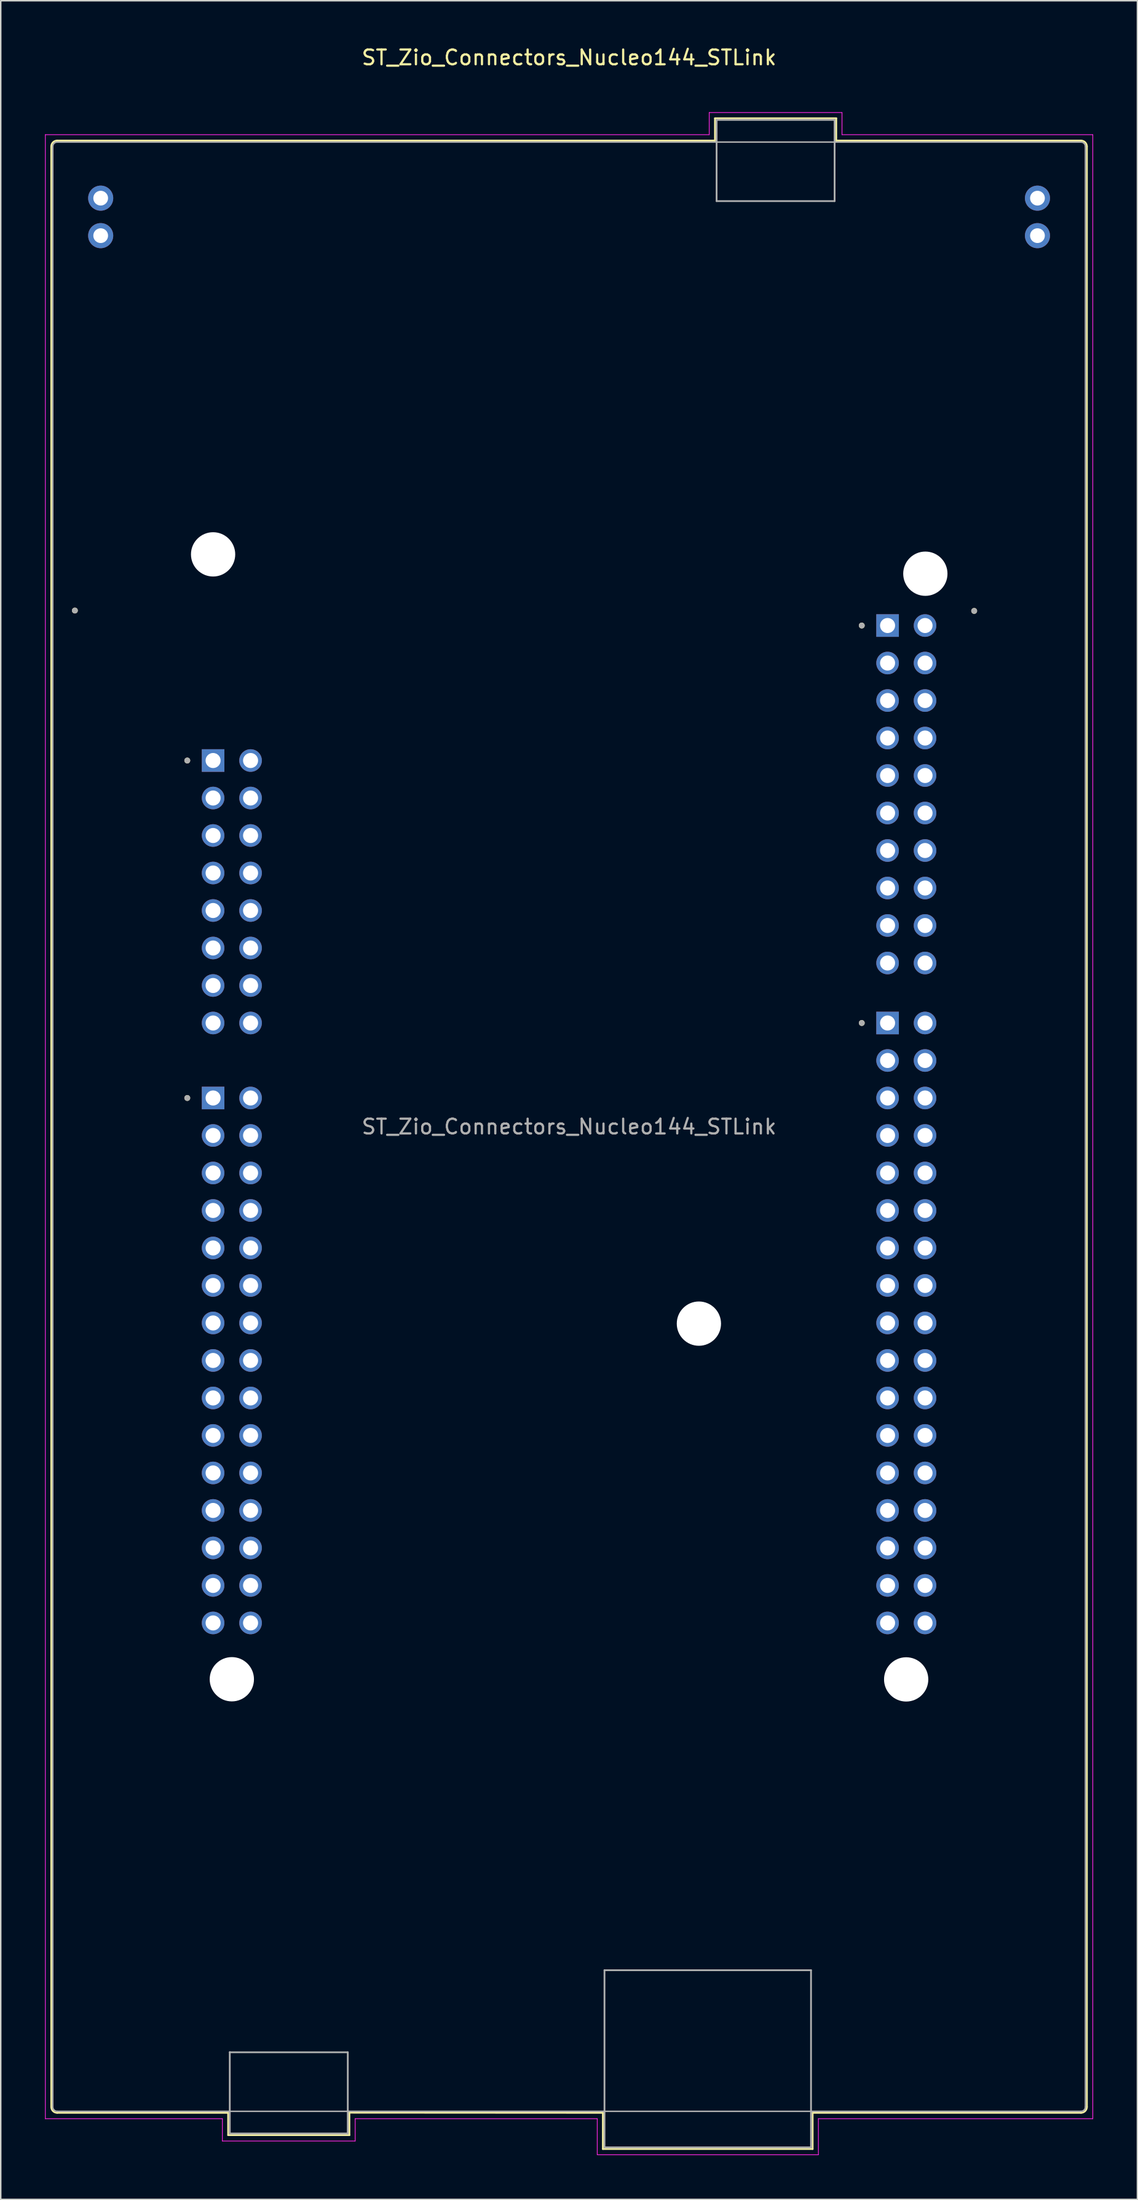
<source format=kicad_pcb>
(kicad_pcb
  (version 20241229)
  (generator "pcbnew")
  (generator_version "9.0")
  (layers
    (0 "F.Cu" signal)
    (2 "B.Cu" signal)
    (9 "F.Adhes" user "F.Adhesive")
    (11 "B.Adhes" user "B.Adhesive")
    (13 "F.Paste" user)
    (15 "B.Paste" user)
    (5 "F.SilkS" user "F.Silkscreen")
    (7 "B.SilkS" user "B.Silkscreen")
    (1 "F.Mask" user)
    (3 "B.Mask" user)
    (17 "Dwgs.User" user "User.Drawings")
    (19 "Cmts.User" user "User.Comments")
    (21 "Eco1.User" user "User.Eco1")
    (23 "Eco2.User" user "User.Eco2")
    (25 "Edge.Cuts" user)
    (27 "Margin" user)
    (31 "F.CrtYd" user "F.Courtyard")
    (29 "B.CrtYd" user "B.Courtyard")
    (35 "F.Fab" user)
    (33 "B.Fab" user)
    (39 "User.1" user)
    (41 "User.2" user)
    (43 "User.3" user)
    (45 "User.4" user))
  (footprint "ST_Zio_Connectors_Nucleo144_STLink"
    (layer "F.Cu")
    (at 3.775 38.313)
    (property "Reference" "ST_Zio_Connectors_Nucleo144_STLink" (at 31.75 -37.465 0) (layer "F.SilkS") (effects (font (size 1 1) (thickness 0.15))))
    (attr through_hole)
    (fp_line (start -3.35 -31.44) (end -3.35 101.36) (stroke (width 0.12) (type solid)) (layer "F.SilkS"))
    (fp_line (start 8.64 101.76) (end -2.95 101.76) (stroke (width 0.12) (type solid)) (layer "F.SilkS"))
    (fp_line (start 8.64 101.76) (end 8.64 103.27) (stroke (width 0.12) (type solid)) (layer "F.SilkS"))
    (fp_line (start 8.64 103.27) (end 16.86 103.27) (stroke (width 0.12) (type solid)) (layer "F.SilkS"))
    (fp_line (start 16.86 103.27) (end 16.86 101.75) (stroke (width 0.12) (type solid)) (layer "F.SilkS"))
    (fp_line (start 34.04 101.76) (end 16.86 101.75) (stroke (width 0.12) (type solid)) (layer "F.SilkS"))
    (fp_line (start 34.04 104.21) (end 34.04 101.76) (stroke (width 0.12) (type solid)) (layer "F.SilkS"))
    (fp_line (start 41.64 -33.35) (end 49.86 -33.35) (stroke (width 0.12) (type solid)) (layer "F.SilkS"))
    (fp_line (start 41.64 -31.84) (end -2.95 -31.84) (stroke (width 0.12) (type solid)) (layer "F.SilkS"))
    (fp_line (start 41.64 -31.84) (end 41.64 -33.35) (stroke (width 0.12) (type solid)) (layer "F.SilkS"))
    (fp_line (start 48.26 101.76) (end 48.26 104.21) (stroke (width 0.12) (type solid)) (layer "F.SilkS"))
    (fp_line (start 48.26 101.76) (end 66.45 101.76) (stroke (width 0.12) (type solid)) (layer "F.SilkS"))
    (fp_line (start 48.26 104.21) (end 34.04 104.21) (stroke (width 0.12) (type solid)) (layer "F.SilkS"))
    (fp_line (start 49.86 -33.35) (end 49.86 -31.84) (stroke (width 0.12) (type solid)) (layer "F.SilkS"))
    (fp_line (start 49.86 -31.84) (end 66.45 -31.84) (stroke (width 0.12) (type solid)) (layer "F.SilkS"))
    (fp_line (start 66.85 101.36) (end 66.85 -31.44) (stroke (width 0.12) (type solid)) (layer "F.SilkS"))
    (fp_arc (start -3.35 -31.44) (mid -3.232843 -31.722843) (end -2.95 -31.84) (stroke (width 0.12) (type solid)) (layer "F.SilkS"))
    (fp_arc (start -2.95 101.76) (mid -3.232843 101.642843) (end -3.35 101.36) (stroke (width 0.12) (type solid)) (layer "F.SilkS"))
    (fp_arc (start 66.45 -31.84) (mid 66.732843 -31.722843) (end 66.85 -31.44) (stroke (width 0.12) (type solid)) (layer "F.SilkS"))
    (fp_arc (start 66.85 101.36) (mid 66.732843 101.642843) (end 66.45 101.76) (stroke (width 0.12) (type solid)) (layer "F.SilkS"))
    (fp_circle (center -1.75 -0.005) (end -1.65 -0.005) (stroke (width 0.2) (type solid)) (fill no) (layer "F.SilkS"))
    (fp_circle (center 5.87 10.155) (end 5.97 10.155) (stroke (width 0.2) (type solid)) (fill no) (layer "F.SilkS"))
    (fp_circle (center 5.87 33.015) (end 5.97 33.015) (stroke (width 0.2) (type solid)) (fill no) (layer "F.SilkS"))
    (fp_circle (center 51.59 1.011) (end 51.69 1.011) (stroke (width 0.2) (type solid)) (fill no) (layer "F.SilkS"))
    (fp_circle (center 51.59 27.935) (end 51.69 27.935) (stroke (width 0.2) (type solid)) (fill no) (layer "F.SilkS"))
    (fp_circle (center 59.21 0.02) (end 59.31 0.02) (stroke (width 0.2) (type solid)) (fill no) (layer "F.SilkS"))
    (fp_line (start -3.75 -32.24) (end -3.75 102.16) (stroke (width 0.05) (type solid)) (layer "F.CrtYd"))
    (fp_line (start -3.75 102.16) (end 8.25 102.16) (stroke (width 0.05) (type solid)) (layer "F.CrtYd"))
    (fp_line (start 8.25 102.16) (end 8.25 103.67) (stroke (width 0.05) (type solid)) (layer "F.CrtYd"))
    (fp_line (start 8.25 103.67) (end 17.25 103.67) (stroke (width 0.05) (type solid)) (layer "F.CrtYd"))
    (fp_line (start 17.25 102.16) (end 17.25 103.67) (stroke (width 0.05) (type solid)) (layer "F.CrtYd"))
    (fp_line (start 17.25 102.16) (end 33.66 102.16) (stroke (width 0.05) (type solid)) (layer "F.CrtYd"))
    (fp_line (start 33.66 104.6) (end 33.66 102.16) (stroke (width 0.05) (type solid)) (layer "F.CrtYd"))
    (fp_line (start 33.66 104.6) (end 48.65 104.6) (stroke (width 0.05) (type solid)) (layer "F.CrtYd"))
    (fp_line (start 41.25 -33.74) (end 50.25 -33.74) (stroke (width 0.05) (type solid)) (layer "F.CrtYd"))
    (fp_line (start 41.25 -32.24) (end -3.75 -32.24) (stroke (width 0.05) (type solid)) (layer "F.CrtYd"))
    (fp_line (start 41.25 -32.24) (end 41.25 -33.74) (stroke (width 0.05) (type solid)) (layer "F.CrtYd"))
    (fp_line (start 48.65 102.16) (end 48.65 104.6) (stroke (width 0.05) (type solid)) (layer "F.CrtYd"))
    (fp_line (start 50.25 -32.24) (end 50.25 -33.74) (stroke (width 0.05) (type solid)) (layer "F.CrtYd"))
    (fp_line (start 50.25 -32.24) (end 67.25 -32.24) (stroke (width 0.05) (type solid)) (layer "F.CrtYd"))
    (fp_line (start 67.25 102.16) (end 48.65 102.16) (stroke (width 0.05) (type solid)) (layer "F.CrtYd"))
    (fp_line (start 67.25 102.16) (end 67.25 -32.24) (stroke (width 0.05) (type solid)) (layer "F.CrtYd"))
    (fp_line (start -3.25 101.36) (end -3.25 -31.44) (stroke (width 0.1) (type solid)) (layer "F.Fab"))
    (fp_line (start 8.75 97.66) (end 16.75 97.66) (stroke (width 0.12) (type solid)) (layer "F.Fab"))
    (fp_line (start 8.75 103.16) (end 8.75 97.65) (stroke (width 0.12) (type solid)) (layer "F.Fab"))
    (fp_line (start 8.75 103.16) (end 16.75 103.16) (stroke (width 0.12) (type solid)) (layer "F.Fab"))
    (fp_line (start 16.75 97.66) (end 16.75 103.16) (stroke (width 0.12) (type solid)) (layer "F.Fab"))
    (fp_line (start 34.15 92.1) (end 48.15 92.1) (stroke (width 0.12) (type solid)) (layer "F.Fab"))
    (fp_line (start 34.15 104.1) (end 34.15 92.1) (stroke (width 0.12) (type solid)) (layer "F.Fab"))
    (fp_line (start 34.15 104.1) (end 48.15 104.1) (stroke (width 0.12) (type solid)) (layer "F.Fab"))
    (fp_line (start 41.75 -33.24) (end 49.75 -33.24) (stroke (width 0.12) (type solid)) (layer "F.Fab"))
    (fp_line (start 41.75 -27.74) (end 41.75 -33.24) (stroke (width 0.12) (type solid)) (layer "F.Fab"))
    (fp_line (start 41.75 -27.74) (end 49.75 -27.74) (stroke (width 0.12) (type solid)) (layer "F.Fab"))
    (fp_line (start 48.15 104.1) (end 48.15 92.1) (stroke (width 0.12) (type solid)) (layer "F.Fab"))
    (fp_line (start 49.75 -33.24) (end 49.75 -27.74) (stroke (width 0.12) (type solid)) (layer "F.Fab"))
    (fp_line (start 66.45 -31.74) (end -2.95 -31.74) (stroke (width 0.1) (type solid)) (layer "F.Fab"))
    (fp_line (start 66.45 101.66) (end -2.95 101.66) (stroke (width 0.1) (type solid)) (layer "F.Fab"))
    (fp_line (start 66.75 101.36) (end 66.75 -31.44) (stroke (width 0.1) (type solid)) (layer "F.Fab"))
    (fp_arc (start -3.25 -31.44) (mid -3.162132 -31.652132) (end -2.95 -31.74) (stroke (width 0.1) (type solid)) (layer "F.Fab"))
    (fp_arc (start -2.95 101.66) (mid -3.162132 101.572132) (end -3.25 101.36) (stroke (width 0.1) (type solid)) (layer "F.Fab"))
    (fp_arc (start 66.45 -31.74) (mid 66.662132 -31.652132) (end 66.75 -31.44) (stroke (width 0.1) (type solid)) (layer "F.Fab"))
    (fp_arc (start 66.75 101.36) (mid 66.662132 101.572132) (end 66.45 101.66) (stroke (width 0.1) (type solid)) (layer "F.Fab"))
    (fp_circle (center -1.75 -0.005) (end -1.65 -0.005) (stroke (width 0.2) (type solid)) (fill no) (layer "F.Fab"))
    (fp_circle (center 5.87 10.155) (end 5.97 10.155) (stroke (width 0.2) (type solid)) (fill no) (layer "F.Fab"))
    (fp_circle (center 5.87 33.015) (end 5.97 33.015) (stroke (width 0.2) (type solid)) (fill no) (layer "F.Fab"))
    (fp_circle (center 51.59 1.011) (end 51.69 1.011) (stroke (width 0.2) (type solid)) (fill no) (layer "F.Fab"))
    (fp_circle (center 51.59 27.935) (end 51.69 27.935) (stroke (width 0.2) (type solid)) (fill no) (layer "F.Fab"))
    (fp_circle (center 59.21 0.02) (end 59.31 0.02) (stroke (width 0.2) (type solid)) (fill no) (layer "F.Fab"))
    (fp_text user "${REFERENCE}" (at 31.75 34.96 0) (layer "F.Fab") (effects (font (size 1 1) (thickness 0.15))))
    (pad "" np_thru_hole circle (at 7.62 -3.81) (size 3 3) (drill 3) (layers "*.Cu" "*.Mask"))
    (pad "" np_thru_hole circle (at 8.89 72.39) (size 3 3) (drill 3) (layers "*.Cu" "*.Mask"))
    (pad "" np_thru_hole circle (at 40.55 48.3) (size 3 3) (drill 3) (layers "*.Cu" "*.Mask"))
    (pad "" np_thru_hole circle (at 54.6 72.4) (size 3 3) (drill 3) (layers "*.Cu" "*.Mask"))
    (pad "" np_thru_hole circle (at 55.9 -2.5) (size 3 3) (drill 3) (layers "*.Cu" "*.Mask"))
    (pad "CN2_1" thru_hole circle (at 0 -27.94) (size 1.7 1.7) (drill 1) (layers "*.Cu" "*.Mask"))
    (pad "CN2_2" thru_hole circle (at 0 -25.4) (size 1.7 1.7) (drill 1) (layers "*.Cu" "*.Mask"))
    (pad "CN3_1" thru_hole circle (at 63.5 -27.94) (size 1.7 1.7) (drill 1) (layers "*.Cu" "*.Mask"))
    (pad "CN3_2" thru_hole circle (at 63.5 -25.4) (size 1.7 1.7) (drill 1) (layers "*.Cu" "*.Mask"))
    (pad "CN7_1" thru_hole rect (at 53.34 1.011) (size 1.53 1.53) (drill 1.02) (layers "*.Cu" "*.Mask"))
    (pad "CN7_2" thru_hole circle (at 55.88 1.011) (size 1.53 1.53) (drill 1.02) (layers "*.Cu" "*.Mask"))
    (pad "CN7_3" thru_hole circle (at 53.34 3.551) (size 1.53 1.53) (drill 1.02) (layers "*.Cu" "*.Mask"))
    (pad "CN7_4" thru_hole circle (at 55.88 3.551) (size 1.53 1.53) (drill 1.02) (layers "*.Cu" "*.Mask"))
    (pad "CN7_5" thru_hole circle (at 53.34 6.091) (size 1.53 1.53) (drill 1.02) (layers "*.Cu" "*.Mask"))
    (pad "CN7_6" thru_hole circle (at 55.88 6.091) (size 1.53 1.53) (drill 1.02) (layers "*.Cu" "*.Mask"))
    (pad "CN7_7" thru_hole circle (at 53.34 8.631) (size 1.53 1.53) (drill 1.02) (layers "*.Cu" "*.Mask"))
    (pad "CN7_8" thru_hole circle (at 55.88 8.631) (size 1.53 1.53) (drill 1.02) (layers "*.Cu" "*.Mask"))
    (pad "CN7_9" thru_hole circle (at 53.34 11.171) (size 1.53 1.53) (drill 1.02) (layers "*.Cu" "*.Mask"))
    (pad "CN7_10" thru_hole circle (at 55.88 11.171) (size 1.53 1.53) (drill 1.02) (layers "*.Cu" "*.Mask"))
    (pad "CN7_11" thru_hole circle (at 53.34 13.711) (size 1.53 1.53) (drill 1.02) (layers "*.Cu" "*.Mask"))
    (pad "CN7_12" thru_hole circle (at 55.88 13.711) (size 1.53 1.53) (drill 1.02) (layers "*.Cu" "*.Mask"))
    (pad "CN7_13" thru_hole circle (at 53.34 16.251) (size 1.53 1.53) (drill 1.02) (layers "*.Cu" "*.Mask"))
    (pad "CN7_14" thru_hole circle (at 55.88 16.251) (size 1.53 1.53) (drill 1.02) (layers "*.Cu" "*.Mask"))
    (pad "CN7_15" thru_hole circle (at 53.34 18.791) (size 1.53 1.53) (drill 1.02) (layers "*.Cu" "*.Mask"))
    (pad "CN7_16" thru_hole circle (at 55.88 18.791) (size 1.53 1.53) (drill 1.02) (layers "*.Cu" "*.Mask"))
    (pad "CN7_17" thru_hole circle (at 53.34 21.331) (size 1.53 1.53) (drill 1.02) (layers "*.Cu" "*.Mask"))
    (pad "CN7_18" thru_hole circle (at 55.88 21.331) (size 1.53 1.53) (drill 1.02) (layers "*.Cu" "*.Mask"))
    (pad "CN7_19" thru_hole circle (at 53.34 23.871) (size 1.53 1.53) (drill 1.02) (layers "*.Cu" "*.Mask"))
    (pad "CN7_20" thru_hole circle (at 55.88 23.871) (size 1.53 1.53) (drill 1.02) (layers "*.Cu" "*.Mask"))
    (pad "CN8_1" thru_hole rect (at 7.62 10.155) (size 1.53 1.53) (drill 1.02) (layers "*.Cu" "*.Mask"))
    (pad "CN8_2" thru_hole circle (at 10.16 10.155) (size 1.53 1.53) (drill 1.02) (layers "*.Cu" "*.Mask"))
    (pad "CN8_3" thru_hole circle (at 7.62 12.695) (size 1.53 1.53) (drill 1.02) (layers "*.Cu" "*.Mask"))
    (pad "CN8_4" thru_hole circle (at 10.16 12.695) (size 1.53 1.53) (drill 1.02) (layers "*.Cu" "*.Mask"))
    (pad "CN8_5" thru_hole circle (at 7.62 15.235) (size 1.53 1.53) (drill 1.02) (layers "*.Cu" "*.Mask"))
    (pad "CN8_6" thru_hole circle (at 10.16 15.235) (size 1.53 1.53) (drill 1.02) (layers "*.Cu" "*.Mask"))
    (pad "CN8_7" thru_hole circle (at 7.62 17.775) (size 1.53 1.53) (drill 1.02) (layers "*.Cu" "*.Mask"))
    (pad "CN8_8" thru_hole circle (at 10.16 17.775) (size 1.53 1.53) (drill 1.02) (layers "*.Cu" "*.Mask"))
    (pad "CN8_9" thru_hole circle (at 7.62 20.315) (size 1.53 1.53) (drill 1.02) (layers "*.Cu" "*.Mask"))
    (pad "CN8_10" thru_hole circle (at 10.16 20.315) (size 1.53 1.53) (drill 1.02) (layers "*.Cu" "*.Mask"))
    (pad "CN8_11" thru_hole circle (at 7.62 22.855) (size 1.53 1.53) (drill 1.02) (layers "*.Cu" "*.Mask"))
    (pad "CN8_12" thru_hole circle (at 10.16 22.855) (size 1.53 1.53) (drill 1.02) (layers "*.Cu" "*.Mask"))
    (pad "CN8_13" thru_hole circle (at 7.62 25.395) (size 1.53 1.53) (drill 1.02) (layers "*.Cu" "*.Mask"))
    (pad "CN8_14" thru_hole circle (at 10.16 25.395) (size 1.53 1.53) (drill 1.02) (layers "*.Cu" "*.Mask"))
    (pad "CN8_15" thru_hole circle (at 7.62 27.935) (size 1.53 1.53) (drill 1.02) (layers "*.Cu" "*.Mask"))
    (pad "CN8_16" thru_hole circle (at 10.16 27.935) (size 1.53 1.53) (drill 1.02) (layers "*.Cu" "*.Mask"))
    (pad "CN9_1" thru_hole rect (at 7.62 33.015) (size 1.53 1.53) (drill 1.02) (layers "*.Cu" "*.Mask"))
    (pad "CN9_2" thru_hole circle (at 10.16 33.015) (size 1.53 1.53) (drill 1.02) (layers "*.Cu" "*.Mask"))
    (pad "CN9_3" thru_hole circle (at 7.62 35.555) (size 1.53 1.53) (drill 1.02) (layers "*.Cu" "*.Mask"))
    (pad "CN9_4" thru_hole circle (at 10.16 35.555) (size 1.53 1.53) (drill 1.02) (layers "*.Cu" "*.Mask"))
    (pad "CN9_5" thru_hole circle (at 7.62 38.095) (size 1.53 1.53) (drill 1.02) (layers "*.Cu" "*.Mask"))
    (pad "CN9_6" thru_hole circle (at 10.16 38.095) (size 1.53 1.53) (drill 1.02) (layers "*.Cu" "*.Mask"))
    (pad "CN9_7" thru_hole circle (at 7.62 40.635) (size 1.53 1.53) (drill 1.02) (layers "*.Cu" "*.Mask"))
    (pad "CN9_8" thru_hole circle (at 10.16 40.635) (size 1.53 1.53) (drill 1.02) (layers "*.Cu" "*.Mask"))
    (pad "CN9_9" thru_hole circle (at 7.62 43.175) (size 1.53 1.53) (drill 1.02) (layers "*.Cu" "*.Mask"))
    (pad "CN9_10" thru_hole circle (at 10.16 43.175) (size 1.53 1.53) (drill 1.02) (layers "*.Cu" "*.Mask"))
    (pad "CN9_11" thru_hole circle (at 7.62 45.715) (size 1.53 1.53) (drill 1.02) (layers "*.Cu" "*.Mask"))
    (pad "CN9_12" thru_hole circle (at 10.16 45.715) (size 1.53 1.53) (drill 1.02) (layers "*.Cu" "*.Mask"))
    (pad "CN9_13" thru_hole circle (at 7.62 48.255) (size 1.53 1.53) (drill 1.02) (layers "*.Cu" "*.Mask"))
    (pad "CN9_14" thru_hole circle (at 10.16 48.255) (size 1.53 1.53) (drill 1.02) (layers "*.Cu" "*.Mask"))
    (pad "CN9_15" thru_hole circle (at 7.62 50.795) (size 1.53 1.53) (drill 1.02) (layers "*.Cu" "*.Mask"))
    (pad "CN9_16" thru_hole circle (at 10.16 50.795) (size 1.53 1.53) (drill 1.02) (layers "*.Cu" "*.Mask"))
    (pad "CN9_17" thru_hole circle (at 7.62 53.335) (size 1.53 1.53) (drill 1.02) (layers "*.Cu" "*.Mask"))
    (pad "CN9_18" thru_hole circle (at 10.16 53.335) (size 1.53 1.53) (drill 1.02) (layers "*.Cu" "*.Mask"))
    (pad "CN9_19" thru_hole circle (at 7.62 55.875) (size 1.53 1.53) (drill 1.02) (layers "*.Cu" "*.Mask"))
    (pad "CN9_20" thru_hole circle (at 10.16 55.875) (size 1.53 1.53) (drill 1.02) (layers "*.Cu" "*.Mask"))
    (pad "CN9_21" thru_hole circle (at 7.62 58.415) (size 1.53 1.53) (drill 1.02) (layers "*.Cu" "*.Mask"))
    (pad "CN9_22" thru_hole circle (at 10.16 58.415) (size 1.53 1.53) (drill 1.02) (layers "*.Cu" "*.Mask"))
    (pad "CN9_23" thru_hole circle (at 7.62 60.955) (size 1.53 1.53) (drill 1.02) (layers "*.Cu" "*.Mask"))
    (pad "CN9_24" thru_hole circle (at 10.16 60.955) (size 1.53 1.53) (drill 1.02) (layers "*.Cu" "*.Mask"))
    (pad "CN9_25" thru_hole circle (at 7.62 63.495) (size 1.53 1.53) (drill 1.02) (layers "*.Cu" "*.Mask"))
    (pad "CN9_26" thru_hole circle (at 10.16 63.495) (size 1.53 1.53) (drill 1.02) (layers "*.Cu" "*.Mask"))
    (pad "CN9_27" thru_hole circle (at 7.62 66.035) (size 1.53 1.53) (drill 1.02) (layers "*.Cu" "*.Mask"))
    (pad "CN9_28" thru_hole circle (at 10.16 66.035) (size 1.53 1.53) (drill 1.02) (layers "*.Cu" "*.Mask"))
    (pad "CN9_29" thru_hole circle (at 7.62 68.575) (size 1.53 1.53) (drill 1.02) (layers "*.Cu" "*.Mask"))
    (pad "CN9_30" thru_hole circle (at 10.16 68.575) (size 1.53 1.53) (drill 1.02) (layers "*.Cu" "*.Mask"))
    (pad "CN10_1" thru_hole rect (at 53.34 27.935) (size 1.53 1.53) (drill 1.02) (layers "*.Cu" "*.Mask"))
    (pad "CN10_2" thru_hole circle (at 55.88 27.935) (size 1.53 1.53) (drill 1.02) (layers "*.Cu" "*.Mask"))
    (pad "CN10_3" thru_hole circle (at 53.34 30.475) (size 1.53 1.53) (drill 1.02) (layers "*.Cu" "*.Mask"))
    (pad "CN10_4" thru_hole circle (at 55.88 30.475) (size 1.53 1.53) (drill 1.02) (layers "*.Cu" "*.Mask"))
    (pad "CN10_5" thru_hole circle (at 53.34 33.015) (size 1.53 1.53) (drill 1.02) (layers "*.Cu" "*.Mask"))
    (pad "CN10_6" thru_hole circle (at 55.88 33.015) (size 1.53 1.53) (drill 1.02) (layers "*.Cu" "*.Mask"))
    (pad "CN10_7" thru_hole circle (at 53.34 35.555) (size 1.53 1.53) (drill 1.02) (layers "*.Cu" "*.Mask"))
    (pad "CN10_8" thru_hole circle (at 55.88 35.555) (size 1.53 1.53) (drill 1.02) (layers "*.Cu" "*.Mask"))
    (pad "CN10_9" thru_hole circle (at 53.34 38.095) (size 1.53 1.53) (drill 1.02) (layers "*.Cu" "*.Mask"))
    (pad "CN10_10" thru_hole circle (at 55.88 38.095) (size 1.53 1.53) (drill 1.02) (layers "*.Cu" "*.Mask"))
    (pad "CN10_11" thru_hole circle (at 53.34 40.635) (size 1.53 1.53) (drill 1.02) (layers "*.Cu" "*.Mask"))
    (pad "CN10_12" thru_hole circle (at 55.88 40.635) (size 1.53 1.53) (drill 1.02) (layers "*.Cu" "*.Mask"))
    (pad "CN10_13" thru_hole circle (at 53.34 43.175) (size 1.53 1.53) (drill 1.02) (layers "*.Cu" "*.Mask"))
    (pad "CN10_14" thru_hole circle (at 55.88 43.175) (size 1.53 1.53) (drill 1.02) (layers "*.Cu" "*.Mask"))
    (pad "CN10_15" thru_hole circle (at 53.34 45.715) (size 1.53 1.53) (drill 1.02) (layers "*.Cu" "*.Mask"))
    (pad "CN10_16" thru_hole circle (at 55.88 45.715) (size 1.53 1.53) (drill 1.02) (layers "*.Cu" "*.Mask"))
    (pad "CN10_17" thru_hole circle (at 53.34 48.255) (size 1.53 1.53) (drill 1.02) (layers "*.Cu" "*.Mask"))
    (pad "CN10_18" thru_hole circle (at 55.88 48.255) (size 1.53 1.53) (drill 1.02) (layers "*.Cu" "*.Mask"))
    (pad "CN10_19" thru_hole circle (at 53.34 50.795) (size 1.53 1.53) (drill 1.02) (layers "*.Cu" "*.Mask"))
    (pad "CN10_20" thru_hole circle (at 55.88 50.795) (size 1.53 1.53) (drill 1.02) (layers "*.Cu" "*.Mask"))
    (pad "CN10_21" thru_hole circle (at 53.34 53.335) (size 1.53 1.53) (drill 1.02) (layers "*.Cu" "*.Mask"))
    (pad "CN10_22" thru_hole circle (at 55.88 53.335) (size 1.53 1.53) (drill 1.02) (layers "*.Cu" "*.Mask"))
    (pad "CN10_23" thru_hole circle (at 53.34 55.875) (size 1.53 1.53) (drill 1.02) (layers "*.Cu" "*.Mask"))
    (pad "CN10_24" thru_hole circle (at 55.88 55.875) (size 1.53 1.53) (drill 1.02) (layers "*.Cu" "*.Mask"))
    (pad "CN10_25" thru_hole circle (at 53.34 58.415) (size 1.53 1.53) (drill 1.02) (layers "*.Cu" "*.Mask"))
    (pad "CN10_26" thru_hole circle (at 55.88 58.415) (size 1.53 1.53) (drill 1.02) (layers "*.Cu" "*.Mask"))
    (pad "CN10_27" thru_hole circle (at 53.34 60.955) (size 1.53 1.53) (drill 1.02) (layers "*.Cu" "*.Mask"))
    (pad "CN10_28" thru_hole circle (at 55.88 60.955) (size 1.53 1.53) (drill 1.02) (layers "*.Cu" "*.Mask"))
    (pad "CN10_29" thru_hole circle (at 53.34 63.495) (size 1.53 1.53) (drill 1.02) (layers "*.Cu" "*.Mask"))
    (pad "CN10_30" thru_hole circle (at 55.88 63.495) (size 1.53 1.53) (drill 1.02) (layers "*.Cu" "*.Mask"))
    (pad "CN10_31" thru_hole circle (at 53.34 66.035) (size 1.53 1.53) (drill 1.02) (layers "*.Cu" "*.Mask"))
    (pad "CN10_32" thru_hole circle (at 55.88 66.035) (size 1.53 1.53) (drill 1.02) (layers "*.Cu" "*.Mask"))
    (pad "CN10_33" thru_hole circle (at 53.34 68.575) (size 1.53 1.53) (drill 1.02) (layers "*.Cu" "*.Mask"))
    (pad "CN10_34" thru_hole circle (at 55.88 68.575) (size 1.53 1.53) (drill 1.02) (layers "*.Cu" "*.Mask")))
  (gr_rect
    (start -3 -3)
    (end 74.05 145.938)
    (stroke (width 0.1) (type default))
    (fill no)
    (layer "Edge.Cuts")))
</source>
